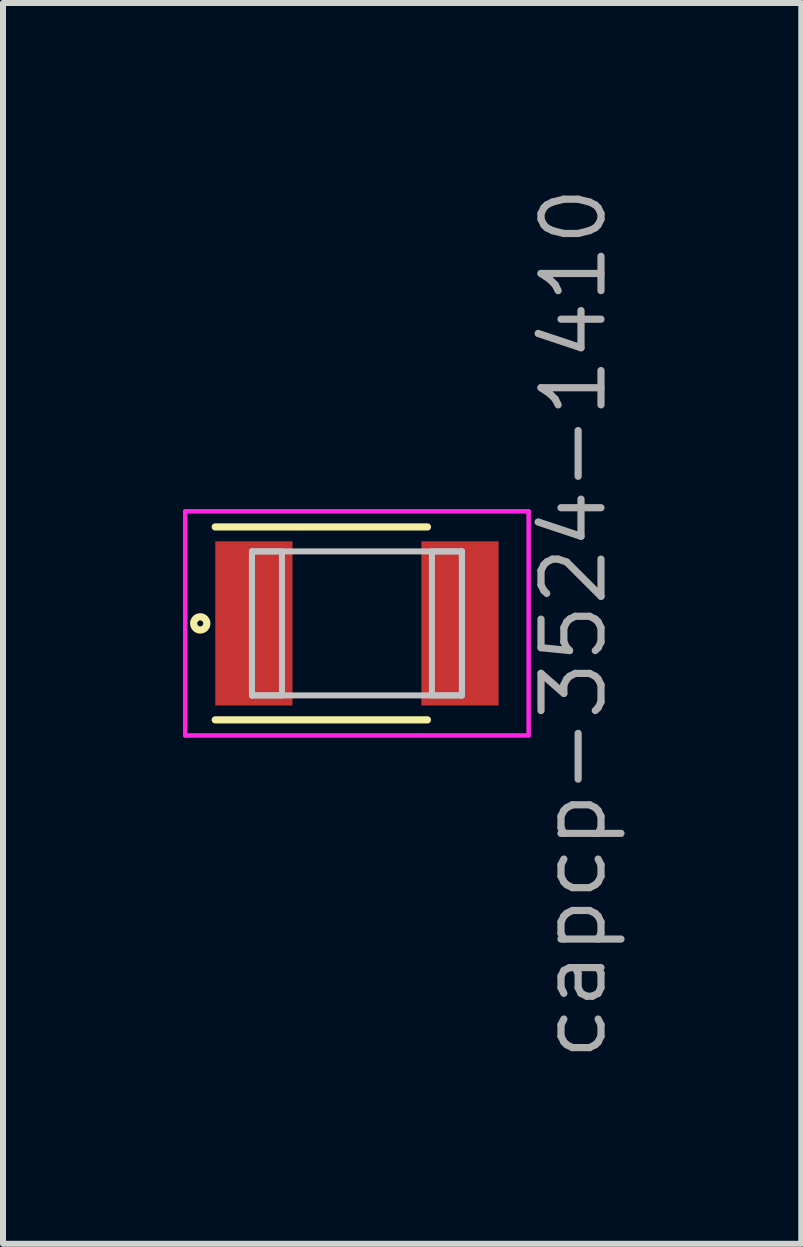
<source format=kicad_pcb>
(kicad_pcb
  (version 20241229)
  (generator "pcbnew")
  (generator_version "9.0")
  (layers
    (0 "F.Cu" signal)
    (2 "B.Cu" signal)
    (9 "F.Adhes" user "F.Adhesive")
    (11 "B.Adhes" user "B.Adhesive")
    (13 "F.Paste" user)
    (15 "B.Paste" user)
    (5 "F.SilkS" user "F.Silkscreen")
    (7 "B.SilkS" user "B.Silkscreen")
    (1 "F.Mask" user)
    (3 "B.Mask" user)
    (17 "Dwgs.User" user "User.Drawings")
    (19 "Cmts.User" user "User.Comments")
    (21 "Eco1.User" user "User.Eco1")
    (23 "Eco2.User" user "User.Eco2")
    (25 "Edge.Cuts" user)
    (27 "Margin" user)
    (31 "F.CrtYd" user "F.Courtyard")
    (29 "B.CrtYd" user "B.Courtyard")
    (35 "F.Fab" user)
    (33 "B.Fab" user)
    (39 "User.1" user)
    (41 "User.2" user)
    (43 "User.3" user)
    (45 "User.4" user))
  (footprint "capcp-3524-1410"
    (layer "F.Cu")
    (at 2.9 7.342)
    (property "Reference" "capcp-3524-1410" (at 3.612 0 90) (layer "F.Fab") (effects (font (size 1 1) (thickness 0.12))))
    (attr through_hole)
    (fp_line (start -2.362 -1.608) (end 1.175 -1.608) (stroke (width 0.12) (type solid)) (layer "F.SilkS"))
    (fp_line (start -2.362 1.608) (end 1.175 1.608) (stroke (width 0.12) (type solid)) (layer "F.SilkS"))
    (fp_circle (center -2.612 0) (end -2.562 0) (stroke (width 0.12) (type solid)) (fill no) (layer "F.SilkS"))
    (fp_line (start -1.75 -1.2) (end -1.75 1.2) (stroke (width 0.1) (type solid)) (layer "Dwgs.User"))
    (fp_line (start -1.75 -1.2) (end -1.75 1.2) (stroke (width 0.1) (type solid)) (layer "Dwgs.User"))
    (fp_line (start -1.75 1.2) (end -1.25 1.2) (stroke (width 0.1) (type solid)) (layer "Dwgs.User"))
    (fp_line (start -1.75 1.2) (end 1.75 1.2) (stroke (width 0.1) (type solid)) (layer "Dwgs.User"))
    (fp_line (start -1.25 -1.2) (end -1.75 -1.2) (stroke (width 0.1) (type solid)) (layer "Dwgs.User"))
    (fp_line (start -1.25 1.2) (end -1.25 -1.2) (stroke (width 0.1) (type solid)) (layer "Dwgs.User"))
    (fp_line (start 1.25 -1.2) (end 1.25 1.2) (stroke (width 0.1) (type solid)) (layer "Dwgs.User"))
    (fp_line (start 1.25 1.2) (end 1.75 1.2) (stroke (width 0.1) (type solid)) (layer "Dwgs.User"))
    (fp_line (start 1.75 -1.2) (end -1.75 -1.2) (stroke (width 0.1) (type solid)) (layer "Dwgs.User"))
    (fp_line (start 1.75 -1.2) (end 1.25 -1.2) (stroke (width 0.1) (type solid)) (layer "Dwgs.User"))
    (fp_line (start 1.75 1.2) (end 1.75 -1.2) (stroke (width 0.1) (type solid)) (layer "Dwgs.User"))
    (fp_line (start 1.75 1.2) (end 1.75 -1.2) (stroke (width 0.1) (type solid)) (layer "Dwgs.User"))
    (fp_line (start -2.862 -1.868) (end -2.862 1.868) (stroke (width 0.075) (type solid)) (layer "F.CrtYd"))
    (fp_line (start -2.862 1.868) (end 2.862 1.868) (stroke (width 0.075) (type solid)) (layer "F.CrtYd"))
    (fp_line (start 2.862 -1.868) (end -2.862 -1.868) (stroke (width 0.075) (type solid)) (layer "F.CrtYd"))
    (fp_line (start 2.862 1.868) (end 2.862 -1.868) (stroke (width 0.075) (type solid)) (layer "F.CrtYd"))
    (pad "1" smd rect (at -1.718 0) (size 1.287 2.737) (layers "F.Cu" "F.Mask" "F.Paste"))
    (pad "2" smd rect (at 1.718 0) (size 1.287 2.737) (layers "F.Cu" "F.Mask" "F.Paste")))
  (gr_rect
    (start -3 -3)
    (end 10.307 17.684)
    (stroke (width 0.1) (type default))
    (fill no)
    (layer "Edge.Cuts")))
</source>
